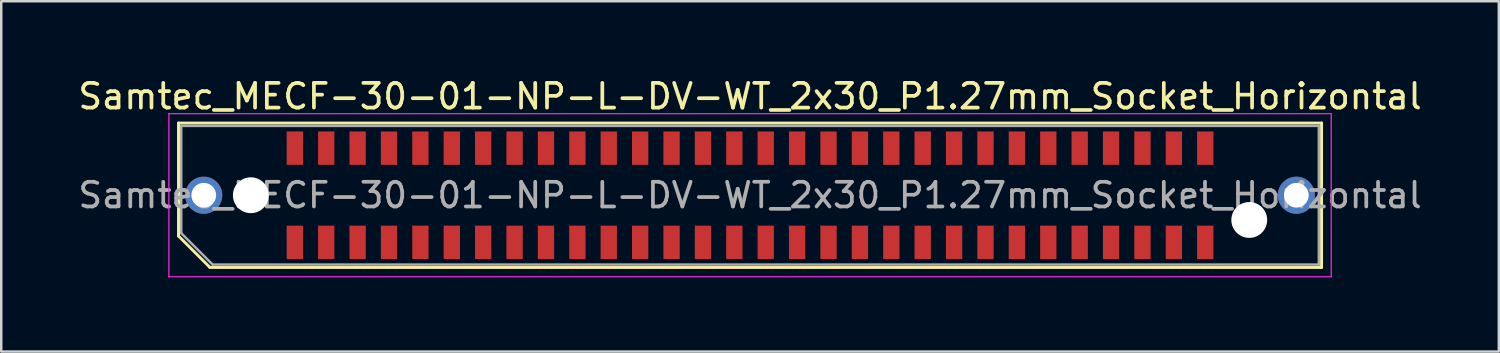
<source format=kicad_pcb>
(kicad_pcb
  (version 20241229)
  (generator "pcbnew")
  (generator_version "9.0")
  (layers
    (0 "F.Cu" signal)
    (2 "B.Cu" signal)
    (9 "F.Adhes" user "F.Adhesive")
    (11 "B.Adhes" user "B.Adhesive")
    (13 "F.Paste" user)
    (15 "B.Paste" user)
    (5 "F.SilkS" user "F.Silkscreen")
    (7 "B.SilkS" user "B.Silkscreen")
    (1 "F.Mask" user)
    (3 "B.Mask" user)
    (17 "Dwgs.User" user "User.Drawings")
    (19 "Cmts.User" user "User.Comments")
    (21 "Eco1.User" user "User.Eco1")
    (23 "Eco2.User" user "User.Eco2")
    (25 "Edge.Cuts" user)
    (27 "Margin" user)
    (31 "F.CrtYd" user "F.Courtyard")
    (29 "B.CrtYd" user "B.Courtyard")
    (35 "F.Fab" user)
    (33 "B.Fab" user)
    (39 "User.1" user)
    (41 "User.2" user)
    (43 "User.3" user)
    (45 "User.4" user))
  (footprint "Samtec_MECF-30-01-NP-L-DV-WT_2x30_P1.27mm_Socket_Horizontal"
    (layer "F.Cu")
    (at 27.292 4.848)
    (property "Reference" "Samtec_MECF-30-01-NP-L-DV-WT_2x30_P1.27mm_Socket_Horizontal" (at 0 -4 0) (layer "F.SilkS") (effects (font (size 1 1) (thickness 0.15))))
    (attr smd)
    (fp_line (start -23.12 -2.92) (end 23.12 -2.92) (stroke (width 0.12) (type solid)) (layer "F.SilkS"))
    (fp_line (start -23.12 1.65) (end -23.12 -2.92) (stroke (width 0.12) (type solid)) (layer "F.SilkS"))
    (fp_line (start -21.85 2.92) (end -23.12 1.65) (stroke (width 0.12) (type solid)) (layer "F.SilkS"))
    (fp_line (start -21.85 2.92) (end 23.12 2.92) (stroke (width 0.12) (type solid)) (layer "F.SilkS"))
    (fp_line (start 23.12 2.92) (end 23.12 -2.92) (stroke (width 0.12) (type solid)) (layer "F.SilkS"))
    (fp_line (start -23.51 -3.3) (end -23.51 3.3) (stroke (width 0.05) (type solid)) (layer "F.CrtYd"))
    (fp_line (start -23.51 3.3) (end 23.51 3.3) (stroke (width 0.05) (type solid)) (layer "F.CrtYd"))
    (fp_line (start 23.51 -3.3) (end -23.51 -3.3) (stroke (width 0.05) (type solid)) (layer "F.CrtYd"))
    (fp_line (start 23.51 3.3) (end 23.51 -3.3) (stroke (width 0.05) (type solid)) (layer "F.CrtYd"))
    (fp_line (start -23.01 -2.805) (end 23.01 -2.805) (stroke (width 0.1) (type solid)) (layer "F.Fab"))
    (fp_line (start -23.01 1.535) (end -23.01 -2.805) (stroke (width 0.1) (type solid)) (layer "F.Fab"))
    (fp_line (start -23.01 1.535) (end -21.74 2.805) (stroke (width 0.1) (type solid)) (layer "F.Fab"))
    (fp_line (start -21.74 2.805) (end 23.01 2.805) (stroke (width 0.1) (type solid)) (layer "F.Fab"))
    (fp_line (start 23.01 2.805) (end 23.01 -2.805) (stroke (width 0.1) (type solid)) (layer "F.Fab"))
    (fp_text user "${REFERENCE}" (at 0 0 0) (layer "F.Fab") (effects (font (size 1 1) (thickness 0.15))))
    (pad "" thru_hole circle (at -22.1 0) (size 1.5 1.5) (drill 1) (layers "*.Cu" "*.Mask"))
    (pad "" np_thru_hole circle (at -20.195 0) (size 1.45 1.45) (drill 1.45) (layers "*.Cu" "*.Mask"))
    (pad "" np_thru_hole circle (at 20.195 1) (size 1.45 1.45) (drill 1.45) (layers "*.Cu" "*.Mask"))
    (pad "" thru_hole circle (at 22.1 0) (size 1.5 1.5) (drill 1) (layers "*.Cu" "*.Mask"))
    (pad "1" smd rect (at -18.415 1.905) (size 0.66 1.35) (layers "F.Cu" "F.Mask" "F.Paste"))
    (pad "2" smd rect (at -18.415 -1.905) (size 0.66 1.35) (layers "F.Cu" "F.Mask" "F.Paste"))
    (pad "3" smd rect (at -17.145 1.905) (size 0.66 1.35) (layers "F.Cu" "F.Mask" "F.Paste"))
    (pad "4" smd rect (at -17.145 -1.905) (size 0.66 1.35) (layers "F.Cu" "F.Mask" "F.Paste"))
    (pad "5" smd rect (at -15.875 1.905) (size 0.66 1.35) (layers "F.Cu" "F.Mask" "F.Paste"))
    (pad "6" smd rect (at -15.875 -1.905) (size 0.66 1.35) (layers "F.Cu" "F.Mask" "F.Paste"))
    (pad "7" smd rect (at -14.605 1.905) (size 0.66 1.35) (layers "F.Cu" "F.Mask" "F.Paste"))
    (pad "8" smd rect (at -14.605 -1.905) (size 0.66 1.35) (layers "F.Cu" "F.Mask" "F.Paste"))
    (pad "9" smd rect (at -13.335 1.905) (size 0.66 1.35) (layers "F.Cu" "F.Mask" "F.Paste"))
    (pad "10" smd rect (at -13.335 -1.905) (size 0.66 1.35) (layers "F.Cu" "F.Mask" "F.Paste"))
    (pad "11" smd rect (at -12.065 1.905) (size 0.66 1.35) (layers "F.Cu" "F.Mask" "F.Paste"))
    (pad "12" smd rect (at -12.065 -1.905) (size 0.66 1.35) (layers "F.Cu" "F.Mask" "F.Paste"))
    (pad "13" smd rect (at -10.795 1.905) (size 0.66 1.35) (layers "F.Cu" "F.Mask" "F.Paste"))
    (pad "14" smd rect (at -10.795 -1.905) (size 0.66 1.35) (layers "F.Cu" "F.Mask" "F.Paste"))
    (pad "15" smd rect (at -9.525 1.905) (size 0.66 1.35) (layers "F.Cu" "F.Mask" "F.Paste"))
    (pad "16" smd rect (at -9.525 -1.905) (size 0.66 1.35) (layers "F.Cu" "F.Mask" "F.Paste"))
    (pad "17" smd rect (at -8.255 1.905) (size 0.66 1.35) (layers "F.Cu" "F.Mask" "F.Paste"))
    (pad "18" smd rect (at -8.255 -1.905) (size 0.66 1.35) (layers "F.Cu" "F.Mask" "F.Paste"))
    (pad "19" smd rect (at -6.985 1.905) (size 0.66 1.35) (layers "F.Cu" "F.Mask" "F.Paste"))
    (pad "20" smd rect (at -6.985 -1.905) (size 0.66 1.35) (layers "F.Cu" "F.Mask" "F.Paste"))
    (pad "21" smd rect (at -5.715 1.905) (size 0.66 1.35) (layers "F.Cu" "F.Mask" "F.Paste"))
    (pad "22" smd rect (at -5.715 -1.905) (size 0.66 1.35) (layers "F.Cu" "F.Mask" "F.Paste"))
    (pad "23" smd rect (at -4.445 1.905) (size 0.66 1.35) (layers "F.Cu" "F.Mask" "F.Paste"))
    (pad "24" smd rect (at -4.445 -1.905) (size 0.66 1.35) (layers "F.Cu" "F.Mask" "F.Paste"))
    (pad "25" smd rect (at -3.175 1.905) (size 0.66 1.35) (layers "F.Cu" "F.Mask" "F.Paste"))
    (pad "26" smd rect (at -3.175 -1.905) (size 0.66 1.35) (layers "F.Cu" "F.Mask" "F.Paste"))
    (pad "27" smd rect (at -1.905 1.905) (size 0.66 1.35) (layers "F.Cu" "F.Mask" "F.Paste"))
    (pad "28" smd rect (at -1.905 -1.905) (size 0.66 1.35) (layers "F.Cu" "F.Mask" "F.Paste"))
    (pad "29" smd rect (at -0.635 1.905) (size 0.66 1.35) (layers "F.Cu" "F.Mask" "F.Paste"))
    (pad "30" smd rect (at -0.635 -1.905) (size 0.66 1.35) (layers "F.Cu" "F.Mask" "F.Paste"))
    (pad "31" smd rect (at 0.635 1.905) (size 0.66 1.35) (layers "F.Cu" "F.Mask" "F.Paste"))
    (pad "32" smd rect (at 0.635 -1.905) (size 0.66 1.35) (layers "F.Cu" "F.Mask" "F.Paste"))
    (pad "33" smd rect (at 1.905 1.905) (size 0.66 1.35) (layers "F.Cu" "F.Mask" "F.Paste"))
    (pad "34" smd rect (at 1.905 -1.905) (size 0.66 1.35) (layers "F.Cu" "F.Mask" "F.Paste"))
    (pad "35" smd rect (at 3.175 1.905) (size 0.66 1.35) (layers "F.Cu" "F.Mask" "F.Paste"))
    (pad "36" smd rect (at 3.175 -1.905) (size 0.66 1.35) (layers "F.Cu" "F.Mask" "F.Paste"))
    (pad "37" smd rect (at 4.445 1.905) (size 0.66 1.35) (layers "F.Cu" "F.Mask" "F.Paste"))
    (pad "38" smd rect (at 4.445 -1.905) (size 0.66 1.35) (layers "F.Cu" "F.Mask" "F.Paste"))
    (pad "39" smd rect (at 5.715 1.905) (size 0.66 1.35) (layers "F.Cu" "F.Mask" "F.Paste"))
    (pad "40" smd rect (at 5.715 -1.905) (size 0.66 1.35) (layers "F.Cu" "F.Mask" "F.Paste"))
    (pad "41" smd rect (at 6.985 1.905) (size 0.66 1.35) (layers "F.Cu" "F.Mask" "F.Paste"))
    (pad "42" smd rect (at 6.985 -1.905) (size 0.66 1.35) (layers "F.Cu" "F.Mask" "F.Paste"))
    (pad "43" smd rect (at 8.255 1.905) (size 0.66 1.35) (layers "F.Cu" "F.Mask" "F.Paste"))
    (pad "44" smd rect (at 8.255 -1.905) (size 0.66 1.35) (layers "F.Cu" "F.Mask" "F.Paste"))
    (pad "45" smd rect (at 9.525 1.905) (size 0.66 1.35) (layers "F.Cu" "F.Mask" "F.Paste"))
    (pad "46" smd rect (at 9.525 -1.905) (size 0.66 1.35) (layers "F.Cu" "F.Mask" "F.Paste"))
    (pad "47" smd rect (at 10.795 1.905) (size 0.66 1.35) (layers "F.Cu" "F.Mask" "F.Paste"))
    (pad "48" smd rect (at 10.795 -1.905) (size 0.66 1.35) (layers "F.Cu" "F.Mask" "F.Paste"))
    (pad "49" smd rect (at 12.065 1.905) (size 0.66 1.35) (layers "F.Cu" "F.Mask" "F.Paste"))
    (pad "50" smd rect (at 12.065 -1.905) (size 0.66 1.35) (layers "F.Cu" "F.Mask" "F.Paste"))
    (pad "51" smd rect (at 13.335 1.905) (size 0.66 1.35) (layers "F.Cu" "F.Mask" "F.Paste"))
    (pad "52" smd rect (at 13.335 -1.905) (size 0.66 1.35) (layers "F.Cu" "F.Mask" "F.Paste"))
    (pad "53" smd rect (at 14.605 1.905) (size 0.66 1.35) (layers "F.Cu" "F.Mask" "F.Paste"))
    (pad "54" smd rect (at 14.605 -1.905) (size 0.66 1.35) (layers "F.Cu" "F.Mask" "F.Paste"))
    (pad "55" smd rect (at 15.875 1.905) (size 0.66 1.35) (layers "F.Cu" "F.Mask" "F.Paste"))
    (pad "56" smd rect (at 15.875 -1.905) (size 0.66 1.35) (layers "F.Cu" "F.Mask" "F.Paste"))
    (pad "57" smd rect (at 17.145 1.905) (size 0.66 1.35) (layers "F.Cu" "F.Mask" "F.Paste"))
    (pad "58" smd rect (at 17.145 -1.905) (size 0.66 1.35) (layers "F.Cu" "F.Mask" "F.Paste"))
    (pad "59" smd rect (at 18.415 1.905) (size 0.66 1.35) (layers "F.Cu" "F.Mask" "F.Paste"))
    (pad "60" smd rect (at 18.415 -1.905) (size 0.66 1.35) (layers "F.Cu" "F.Mask" "F.Paste")))
  (gr_rect
    (start -3 -3)
    (end 57.583 11.173)
    (stroke (width 0.1) (type default))
    (fill no)
    (layer "Edge.Cuts")))
</source>
